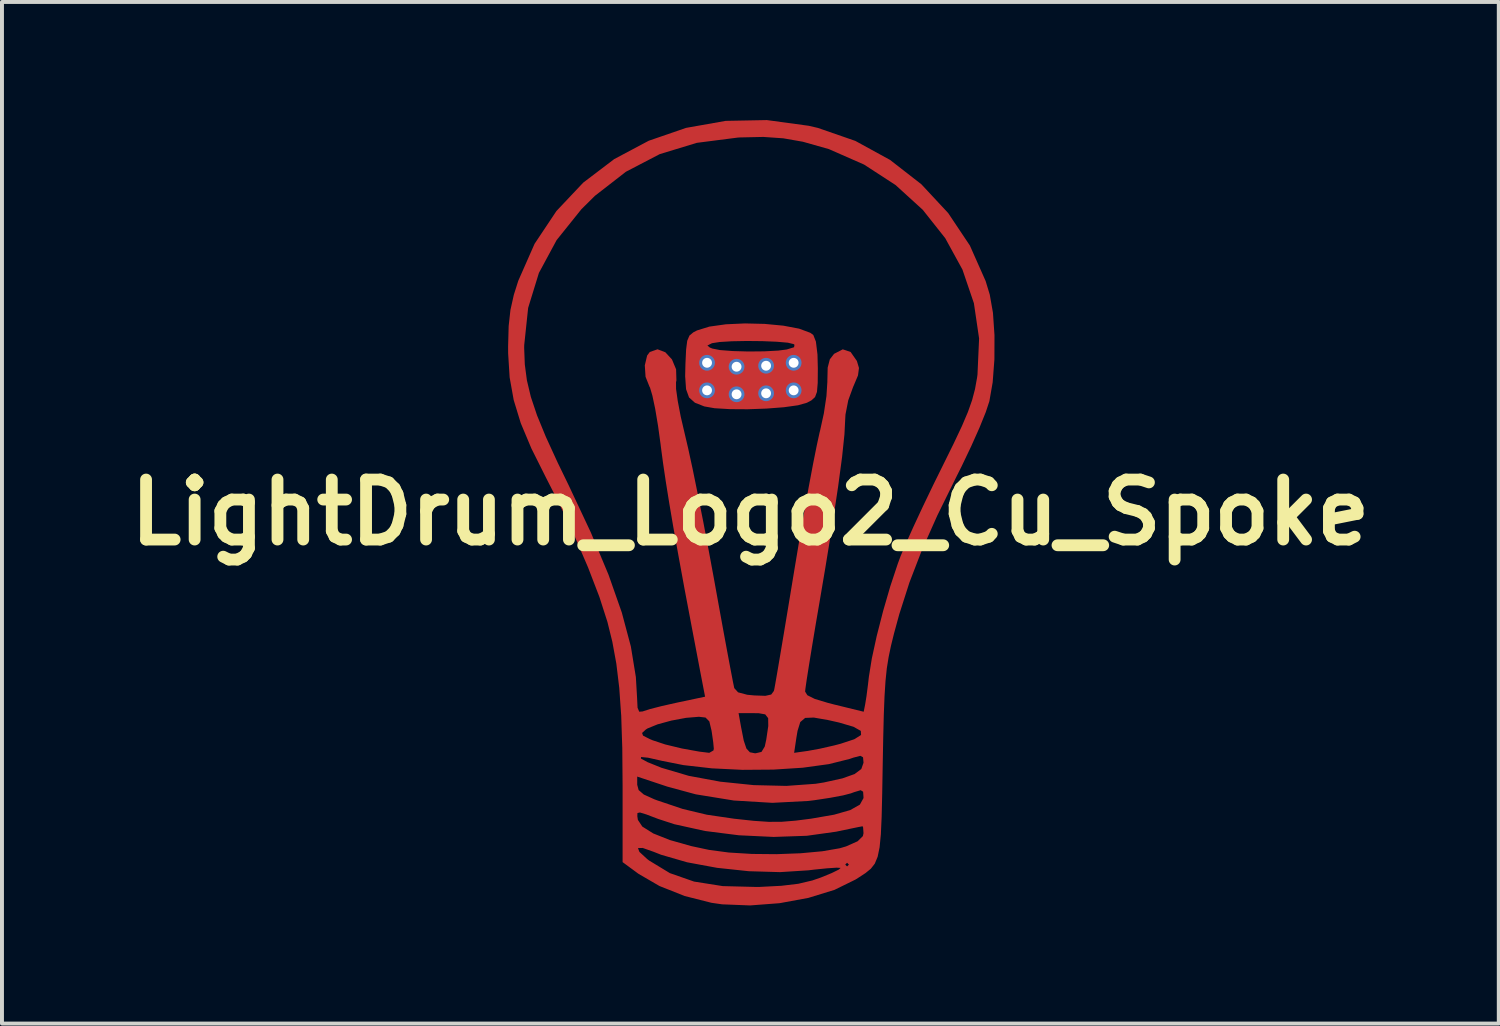
<source format=kicad_pcb>
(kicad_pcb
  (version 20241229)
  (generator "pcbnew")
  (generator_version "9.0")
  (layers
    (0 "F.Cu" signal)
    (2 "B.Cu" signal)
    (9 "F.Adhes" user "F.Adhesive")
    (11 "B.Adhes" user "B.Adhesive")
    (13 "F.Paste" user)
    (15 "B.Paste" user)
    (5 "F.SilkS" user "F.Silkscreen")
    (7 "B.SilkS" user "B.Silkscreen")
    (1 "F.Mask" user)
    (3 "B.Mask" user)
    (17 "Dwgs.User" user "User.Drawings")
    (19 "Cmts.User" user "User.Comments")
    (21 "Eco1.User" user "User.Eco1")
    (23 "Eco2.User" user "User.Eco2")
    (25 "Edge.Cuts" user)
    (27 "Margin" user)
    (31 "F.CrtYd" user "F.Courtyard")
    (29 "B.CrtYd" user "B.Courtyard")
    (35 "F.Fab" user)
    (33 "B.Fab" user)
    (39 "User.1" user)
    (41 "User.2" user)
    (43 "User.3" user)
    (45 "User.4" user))
  (footprint "LightDrum_Logo2_Cu_Spoke"
    (layer "F.Cu")
    (at 16.009 9.965)
    (property "Reference" "LightDrum_Logo2_Cu_Spoke" (at 0 0 0) (layer "F.SilkS") (effects (font (size 1.524 1.524) (thickness 0.3))))
    (attr board_only exclude_from_pos_files exclude_from_bom)
    (fp_poly (pts (xy 0.364 -4.788) (xy 0.838 -4.743) (xy 1.239 -4.667) (xy 1.522 -4.562) (xy 1.599 -4.506) (xy 1.665 -4.339) (xy 1.705 -4.012) (xy 1.714 -3.656) (xy 1.711 -3.288) (xy 1.692 -3.061) (xy 1.643 -2.929) (xy 1.55 -2.845) (xy 1.436 -2.785) (xy 1.21 -2.721) (xy 0.85 -2.671) (xy 0.408 -2.637) (xy -0.067 -2.62) (xy -0.523 -2.623) (xy -0.909 -2.646) (xy -1.17 -2.692) (xy -1.408 -2.786) (xy -1.557 -2.919) (xy -1.633 -3.13) (xy -1.656 -3.459) (xy -1.649 -3.768) (xy -1.632 -4.134) (xy -1.619 -4.239) (xy -1.091 -4.239) (xy -1.032 -4.189) (xy -0.967 -4.162) (xy -0.769 -4.123) (xy -0.444 -4.098) (xy -0.051 -4.087) (xy 0.352 -4.091) (xy 0.708 -4.11) (xy 0.923 -4.138) (xy 1.11 -4.195) (xy 1.121 -4.258) (xy 1.097 -4.276) (xy 0.95 -4.311) (xy 0.67 -4.335) (xy 0.305 -4.35) (xy -0.092 -4.354) (xy -0.471 -4.347) (xy -0.781 -4.328) (xy -0.973 -4.298) (xy -0.982 -4.294) (xy -1.091 -4.239) (xy -1.619 -4.239) (xy -1.603 -4.36) (xy -1.547 -4.492) (xy -1.448 -4.574) (xy -1.355 -4.622) (xy -1.042 -4.719) (xy -0.621 -4.778) (xy -0.137 -4.8)) (stroke (width 0) (type solid)) (fill yes) (layer "F.Cu"))
    (fp_poly (pts (xy 1.484 -9.82) (xy 1.715 -9.766) (xy 2.667 -9.436) (xy 3.55 -8.952) (xy 4.343 -8.335) (xy 5.025 -7.603) (xy 5.576 -6.778) (xy 5.976 -5.877) (xy 6.081 -5.531) (xy 6.162 -5.071) (xy 6.201 -4.5) (xy 6.199 -3.888) (xy 6.155 -3.305) (xy 6.071 -2.824) (xy 5.98 -2.548) (xy 5.82 -2.152) (xy 5.609 -1.679) (xy 5.368 -1.174) (xy 5.236 -0.911) (xy 4.751 0.074) (xy 4.358 0.956) (xy 4.041 1.779) (xy 3.782 2.588) (xy 3.647 3.083) (xy 3.571 3.392) (xy 3.512 3.675) (xy 3.466 3.96) (xy 3.433 4.281) (xy 3.408 4.668) (xy 3.389 5.152) (xy 3.374 5.764) (xy 3.362 6.396) (xy 3.349 7.143) (xy 3.335 7.727) (xy 3.315 8.174) (xy 3.283 8.506) (xy 3.233 8.747) (xy 3.161 8.921) (xy 3.06 9.051) (xy 2.925 9.161) (xy 2.751 9.275) (xy 2.672 9.325) (xy 2.136 9.588) (xy 1.475 9.791) (xy 0.743 9.926) (xy -0.006 9.983) (xy -0.718 9.955) (xy -0.988 9.916) (xy -1.668 9.744) (xy -2.308 9.49) (xy -2.838 9.182) (xy -2.855 9.17) (xy -3.245 8.883) (xy -3.245 8.526) (xy -2.855 8.526) (xy -2.818 8.623) (xy -2.62 8.805) (xy -2.572 8.842) (xy -2.045 9.162) (xy -1.43 9.377) (xy -0.702 9.492) (xy 0.163 9.514) (xy 0.232 9.513) (xy 0.789 9.484) (xy 1.217 9.433) (xy 1.573 9.349) (xy 1.791 9.274) (xy 2.064 9.162) (xy 2.245 9.073) (xy 2.294 9.03) (xy 2.191 9.024) (xy 1.95 9.04) (xy 1.615 9.074) (xy 1.476 9.091) (xy 0.754 9.137) (xy -0.039 9.114) (xy -0.845 9.028) (xy -1.29 8.946) (xy 2.41 8.946) (xy 2.457 8.992) (xy 2.503 8.946) (xy 2.457 8.899) (xy 2.41 8.946) (xy -1.29 8.946) (xy -1.607 8.887) (xy -2.266 8.696) (xy -2.459 8.62) (xy -2.734 8.523) (xy -2.855 8.526) (xy -3.245 8.526) (xy -3.245 7.717) (xy -2.871 7.717) (xy -2.857 7.81) (xy -2.744 7.98) (xy -2.467 8.154) (xy -2.045 8.322) (xy -1.5 8.476) (xy -1.05 8.572) (xy -0.549 8.639) (xy 0.038 8.675) (xy 0.663 8.681) (xy 1.276 8.658) (xy 1.828 8.607) (xy 2.27 8.531) (xy 2.433 8.483) (xy 2.725 8.353) (xy 2.858 8.222) (xy 2.874 8.149) (xy 2.864 8.003) (xy 2.851 7.972) (xy 2.755 7.99) (xy 2.527 8.037) (xy 2.211 8.103) (xy 2.178 8.11) (xy 1.433 8.214) (xy 0.59 8.243) (xy -0.292 8.201) (xy -1.152 8.092) (xy -1.931 7.92) (xy -2.341 7.786) (xy -2.641 7.672) (xy -2.804 7.622) (xy -2.868 7.636) (xy -2.871 7.717) (xy -3.245 7.717) (xy -3.245 6.965) (xy -3.247 6.71) (xy -2.874 6.71) (xy -2.874 6.917) (xy -2.838 7.052) (xy -2.706 7.166) (xy -2.439 7.287) (xy -2.364 7.315) (xy -1.719 7.532) (xy -1.104 7.679) (xy -0.416 7.78) (xy 0.084 7.834) (xy 0.467 7.86) (xy 0.801 7.858) (xy 1.153 7.829) (xy 1.545 7.779) (xy 2.128 7.678) (xy 2.537 7.561) (xy 2.782 7.422) (xy 2.873 7.258) (xy 2.874 7.235) (xy 2.864 7.094) (xy 2.802 7.056) (xy 2.635 7.106) (xy 2.554 7.136) (xy 2.355 7.188) (xy 2.029 7.249) (xy 1.636 7.309) (xy 1.476 7.329) (xy 0.56 7.377) (xy -0.42 7.318) (xy -1.386 7.161) (xy -2.109 6.965) (xy -2.874 6.71) (xy -3.247 6.71) (xy -3.251 6.252) (xy -2.78 6.252) (xy -2.61 6.344) (xy -2.266 6.483) (xy -2.259 6.486) (xy -1.565 6.691) (xy -0.762 6.84) (xy 0.085 6.927) (xy 0.913 6.947) (xy 1.658 6.893) (xy 1.865 6.86) (xy 2.337 6.756) (xy 2.647 6.646) (xy 2.818 6.518) (xy 2.874 6.36) (xy 2.874 6.35) (xy 2.862 6.22) (xy 2.794 6.183) (xy 2.62 6.228) (xy 2.521 6.262) (xy 1.993 6.394) (xy 1.331 6.485) (xy 0.584 6.533) (xy -0.202 6.539) (xy -0.978 6.501) (xy -1.698 6.419) (xy -2.242 6.311) (xy -2.596 6.231) (xy -2.775 6.213) (xy -2.78 6.252) (xy -3.251 6.252) (xy -3.253 5.987) (xy -3.266 5.602) (xy -2.75 5.602) (xy -2.726 5.67) (xy -2.559 5.755) (xy -2.482 5.788) (xy -2.162 5.894) (xy -1.74 5.996) (xy -1.297 6.076) (xy -1.043 6.107) (xy -0.937 6.046) (xy -0.928 6.002) (xy -0.943 5.839) (xy -0.979 5.587) (xy -0.987 5.539) (xy -1.042 5.309) (xy -1.138 5.211) (xy -1.305 5.191) (xy -1.633 5.218) (xy -2.007 5.288) (xy -2.356 5.383) (xy -2.611 5.487) (xy -2.655 5.515) (xy -2.75 5.602) (xy -3.266 5.602) (xy -3.28 5.162) (xy -3.285 5.099) (xy -0.299 5.099) (xy -0.237 5.446) (xy -0.168 5.795) (xy -0.1 5.998) (xy -0.012 6.093) (xy 0.116 6.118) (xy 0.133 6.118) (xy 0.183 6.107) (xy 1.112 6.107) (xy 1.46 6.058) (xy 1.761 6.003) (xy 2.126 5.92) (xy 2.29 5.877) (xy 2.639 5.762) (xy 2.812 5.654) (xy 2.806 5.55) (xy 2.62 5.445) (xy 2.252 5.337) (xy 1.968 5.273) (xy 1.611 5.211) (xy 1.392 5.22) (xy 1.268 5.325) (xy 1.199 5.548) (xy 1.17 5.718) (xy 1.112 6.107) (xy 0.183 6.107) (xy 0.283 6.083) (xy 0.366 5.946) (xy 0.404 5.771) (xy 0.455 5.426) (xy 0.452 5.226) (xy 0.378 5.13) (xy 0.214 5.101) (xy 0.082 5.099) (xy -0.299 5.099) (xy -3.285 5.099) (xy -3.33 4.457) (xy -3.404 3.842) (xy -3.506 3.285) (xy -3.63 2.783) (xy -3.834 2.148) (xy -4.121 1.401) (xy -4.472 0.586) (xy -4.869 -0.253) (xy -5.19 -0.881) (xy -5.562 -1.625) (xy -5.832 -2.268) (xy -6.011 -2.854) (xy -6.114 -3.428) (xy -6.152 -4.034) (xy -6.153 -4.172) (xy -5.745 -4.172) (xy -5.729 -3.758) (xy -5.676 -3.356) (xy -5.576 -2.936) (xy -5.419 -2.467) (xy -5.195 -1.921) (xy -4.895 -1.267) (xy -4.615 -0.69) (xy -4.051 0.511) (xy -3.602 1.584) (xy -3.265 2.544) (xy -3.035 3.406) (xy -2.908 4.183) (xy -2.877 4.714) (xy -2.865 4.962) (xy -2.822 5.063) (xy -2.73 5.055) (xy -2.711 5.047) (xy -2.545 4.994) (xy -2.255 4.92) (xy -1.901 4.84) (xy -1.85 4.829) (xy -1.15 4.681) (xy -1.266 4.079) (xy -1.485 2.929) (xy -1.672 1.941) (xy -1.827 1.095) (xy -1.957 0.372) (xy -2.062 -0.247) (xy -2.148 -0.784) (xy -2.218 -1.256) (xy -2.275 -1.684) (xy -2.278 -1.715) (xy -2.345 -2.2) (xy -2.417 -2.63) (xy -2.488 -2.965) (xy -2.548 -3.168) (xy -2.563 -3.196) (xy -2.662 -3.445) (xy -2.681 -3.735) (xy -2.622 -3.984) (xy -2.554 -4.075) (xy -2.357 -4.143) (xy -2.159 -4.067) (xy -1.991 -3.885) (xy -1.886 -3.634) (xy -1.878 -3.352) (xy -1.888 -3.309) (xy -1.887 -3.136) (xy -1.844 -2.828) (xy -1.768 -2.431) (xy -1.671 -2.016) (xy -1.581 -1.632) (xy -1.466 -1.103) (xy -1.336 -0.465) (xy -1.195 0.244) (xy -1.054 0.988) (xy -0.925 1.685) (xy -0.802 2.365) (xy -0.688 2.991) (xy -0.587 3.537) (xy -0.504 3.979) (xy -0.444 4.293) (xy -0.411 4.453) (xy -0.408 4.464) (xy -0.312 4.57) (xy -0.079 4.632) (xy 0.1 4.649) (xy 0.382 4.659) (xy 0.53 4.626) (xy 0.596 4.537) (xy 0.607 4.496) (xy 0.632 4.361) (xy 0.683 4.067) (xy 0.756 3.637) (xy 0.847 3.097) (xy 0.951 2.47) (xy 1.065 1.78) (xy 1.114 1.483) (xy 1.238 0.74) (xy 1.363 0.019) (xy 1.483 -0.648) (xy 1.593 -1.232) (xy 1.687 -1.702) (xy 1.758 -2.028) (xy 1.773 -2.086) (xy 1.867 -2.516) (xy 1.933 -2.956) (xy 1.956 -3.318) (xy 1.956 -3.344) (xy 1.964 -3.678) (xy 2.019 -3.889) (xy 2.127 -4.028) (xy 2.348 -4.142) (xy 2.547 -4.074) (xy 2.706 -3.846) (xy 2.759 -3.668) (xy 2.734 -3.479) (xy 2.62 -3.208) (xy 2.612 -3.192) (xy 2.487 -2.848) (xy 2.416 -2.486) (xy 2.41 -2.379) (xy 2.39 -1.984) (xy 2.33 -1.409) (xy 2.229 -0.654) (xy 2.088 0.28) (xy 1.907 1.392) (xy 1.766 2.225) (xy 1.66 2.844) (xy 1.566 3.408) (xy 1.488 3.888) (xy 1.43 4.257) (xy 1.397 4.488) (xy 1.391 4.551) (xy 1.448 4.644) (xy 1.637 4.738) (xy 1.979 4.841) (xy 2.135 4.881) (xy 2.879 5.063) (xy 2.917 4.872) (xy 2.949 4.673) (xy 2.988 4.372) (xy 3.011 4.172) (xy 3.085 3.712) (xy 3.21 3.138) (xy 3.372 2.506) (xy 3.555 1.875) (xy 3.745 1.303) (xy 3.816 1.112) (xy 3.947 0.799) (xy 4.143 0.363) (xy 4.383 -0.152) (xy 4.649 -0.706) (xy 4.873 -1.159) (xy 5.16 -1.74) (xy 5.374 -2.193) (xy 5.527 -2.553) (xy 5.633 -2.854) (xy 5.706 -3.131) (xy 5.758 -3.42) (xy 5.769 -3.499) (xy 5.81 -4.418) (xy 5.678 -5.313) (xy 5.387 -6.168) (xy 4.95 -6.965) (xy 4.379 -7.686) (xy 3.687 -8.316) (xy 2.888 -8.835) (xy 1.994 -9.228) (xy 1.333 -9.415) (xy 0.836 -9.502) (xy 0.331 -9.537) (xy -0.265 -9.524) (xy -0.316 -9.521) (xy -1.359 -9.387) (xy -2.302 -9.1) (xy -3.16 -8.653) (xy -3.948 -8.041) (xy -4.293 -7.699) (xy -4.921 -6.916) (xy -5.371 -6.082) (xy -5.644 -5.195) (xy -5.744 -4.248) (xy -5.745 -4.172) (xy -6.153 -4.172) (xy -6.153 -4.218) (xy -6.139 -4.732) (xy -6.094 -5.141) (xy -6.008 -5.526) (xy -5.895 -5.883) (xy -5.481 -6.822) (xy -4.925 -7.656) (xy -4.245 -8.376) (xy -3.458 -8.974) (xy -2.581 -9.44) (xy -1.632 -9.767) (xy -0.626 -9.945) (xy 0.419 -9.965)) (stroke (width 0) (type solid)) (fill yes) (layer "F.Cu"))
    (pad "~" thru_hole circle (at -1.1 -3.8) (size 0.4 0.4) (drill 0.25) (layers "*.Cu" "*.Mask"))
    (pad "~" thru_hole circle (at -1.1 -3.1) (size 0.4 0.4) (drill 0.25) (layers "*.Cu" "*.Mask"))
    (pad "~" thru_hole circle (at -0.35 -3.7) (size 0.4 0.4) (drill 0.25) (layers "*.Cu" "*.Mask"))
    (pad "~" thru_hole circle (at -0.35 -3) (size 0.4 0.4) (drill 0.25) (layers "*.Cu" "*.Mask"))
    (pad "~" thru_hole circle (at 0.4 -3.725) (size 0.4 0.4) (drill 0.25) (layers "*.Cu" "*.Mask"))
    (pad "~" thru_hole circle (at 0.4 -3.025) (size 0.4 0.4) (drill 0.25) (layers "*.Cu" "*.Mask"))
    (pad "~" thru_hole circle (at 1.1 -3.8) (size 0.4 0.4) (drill 0.25) (layers "*.Cu" "*.Mask"))
    (pad "~" thru_hole circle (at 1.1 -3.1) (size 0.4 0.4) (drill 0.25) (layers "*.Cu" "*.Mask")))
  (gr_rect
    (start -3 -3)
    (end 35.019 22.948)
    (stroke (width 0.1) (type default))
    (fill no)
    (layer "Edge.Cuts")))
</source>
